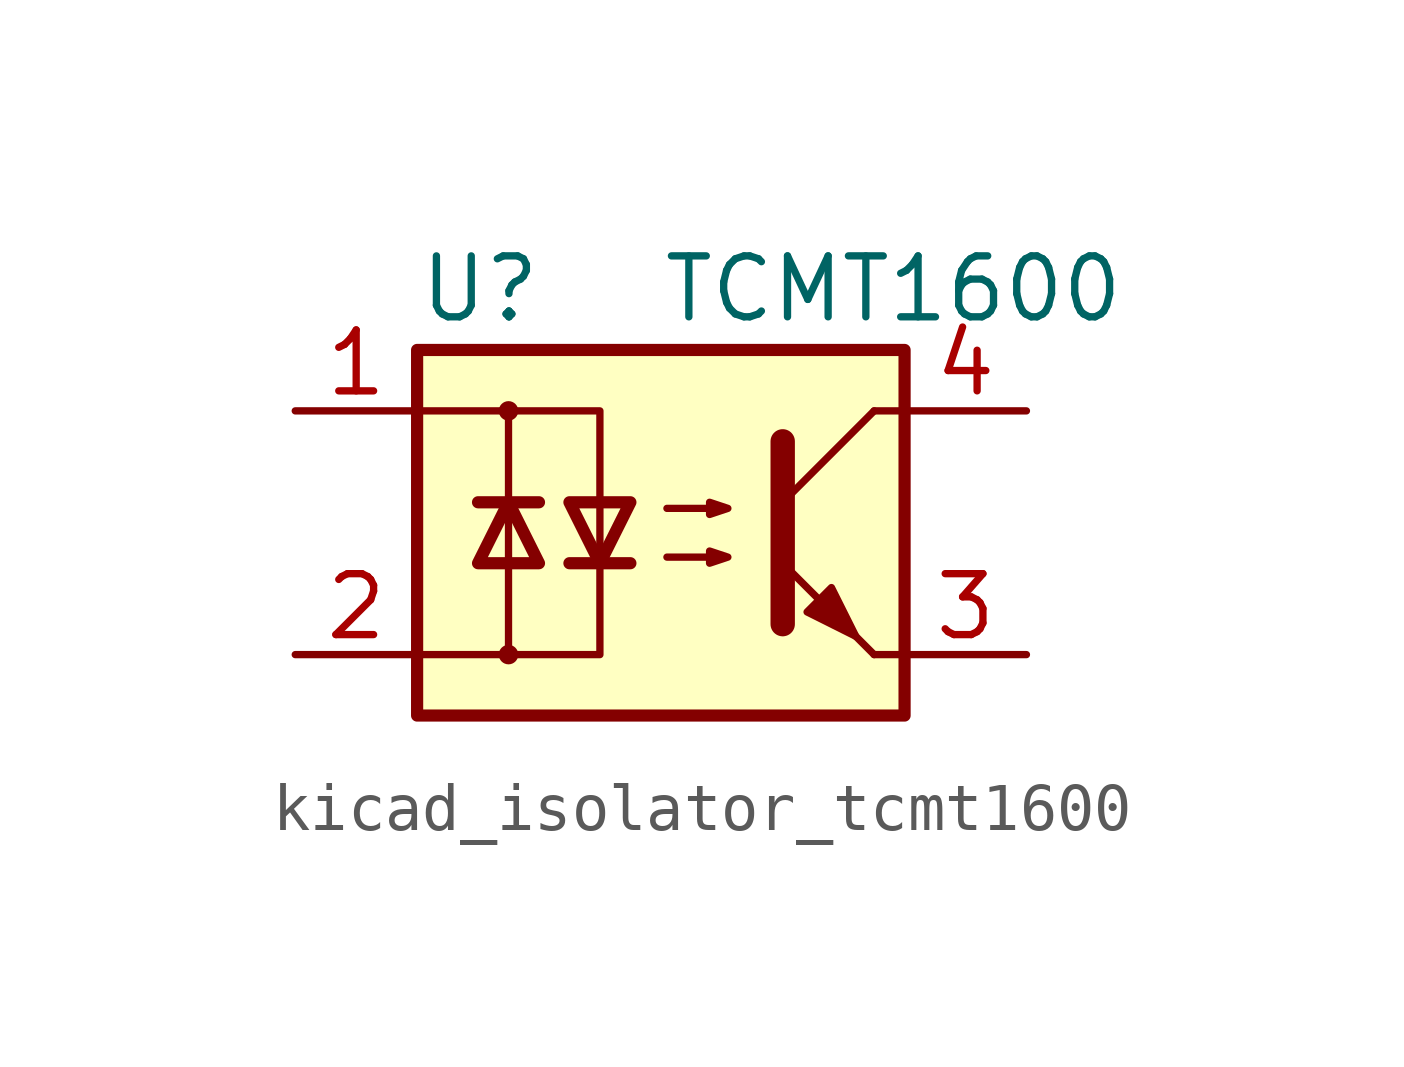
<source format=kicad_sym>
(kicad_symbol_lib
  (version 20220914)
  (generator kicad_symbol_editor)
  (symbol "kicad_isolator_tcmt1600"
    (pin_names
      (offset 1.016))
    (property "Reference" "U"
      (at -5.08 5.08 0)
      (effects (font (size 1.27 1.27)) (justify left)))
    (property "Value" "TCMT1600"
      (at 0 5.08 0)
      (effects (font (size 1.27 1.27)) (justify left)))
    (symbol "kicad_isolator_tcmt1600_0_1"
      (rectangle (start -5.08 3.81) (end 5.08 -3.81) (stroke (width 0.254) (type default)) (fill (type background)))
      (circle (center -3.175 -2.54) (radius 0.127) (stroke (width 0) (type default)) (fill (type none)))
      (circle (center -3.175 2.54) (radius 0.127) (stroke (width 0) (type default)) (fill (type none)))
      (polyline (pts (xy -3.81 0.635) (xy -2.54 0.635)) (stroke (width 0.254) (type default)) (fill (type none)))
      (polyline (pts (xy -3.175 -0.635) (xy -3.175 -2.54)) (stroke (width 0) (type default)) (fill (type none)))
      (polyline (pts (xy -3.175 -0.635) (xy -3.175 2.54)) (stroke (width 0) (type default)) (fill (type none)))
      (polyline (pts (xy -1.905 -0.635) (xy -0.635 -0.635)) (stroke (width 0.254) (type default)) (fill (type none)))
      (polyline (pts (xy 2.54 0.635) (xy 4.445 2.54)) (stroke (width 0) (type default)) (fill (type none)))
      (polyline (pts (xy 4.445 -2.54) (xy 2.54 -0.635)) (stroke (width 0) (type default)) (fill (type outline)))
      (polyline (pts (xy 4.445 -2.54) (xy 5.08 -2.54)) (stroke (width 0) (type default)) (fill (type none)))
      (polyline (pts (xy 4.445 2.54) (xy 5.08 2.54)) (stroke (width 0) (type default)) (fill (type none)))
      (polyline (pts (xy -5.08 2.54) (xy -1.27 2.54) (xy -1.27 -0.635)) (stroke (width 0) (type default)) (fill (type none)))
      (polyline (pts (xy -1.27 -0.635) (xy -1.27 -2.54) (xy -5.08 -2.54)) (stroke (width 0) (type default)) (fill (type none)))
      (polyline (pts (xy 2.54 1.905) (xy 2.54 -1.905) (xy 2.54 -1.905)) (stroke (width 0.508) (type default)) (fill (type none)))
      (polyline (pts (xy -3.175 0.635) (xy -3.81 -0.635) (xy -2.54 -0.635) (xy -3.175 0.635)) (stroke (width 0.254) (type default)) (fill (type none)))
      (polyline (pts (xy -1.27 -0.635) (xy -1.905 0.635) (xy -0.635 0.635) (xy -1.27 -0.635)) (stroke (width 0.254) (type default)) (fill (type none)))
      (polyline (pts (xy 0.127 -0.508) (xy 1.397 -0.508) (xy 1.016 -0.635) (xy 1.016 -0.381) (xy 1.397 -0.508)) (stroke (width 0) (type default)) (fill (type none)))
      (polyline (pts (xy 0.127 0.508) (xy 1.397 0.508) (xy 1.016 0.381) (xy 1.016 0.635) (xy 1.397 0.508)) (stroke (width 0) (type default)) (fill (type none)))
      (polyline (pts (xy 3.048 -1.651) (xy 3.556 -1.143) (xy 4.064 -2.159) (xy 3.048 -1.651) (xy 3.048 -1.651)) (stroke (width 0) (type default)) (fill (type outline))))
    (symbol "kicad_isolator_tcmt1600_1_1"
      (pin passive line (at -7.62 2.54 0) (length 2.54) (name "~" (effects (font (size 1.27 1.27)))) (number "1" (effects (font (size 1.27 1.27)))))
      (pin passive line (at -7.62 -2.54 0) (length 2.54) (name "~" (effects (font (size 1.27 1.27)))) (number "2" (effects (font (size 1.27 1.27)))))
      (pin passive line (at 7.62 -2.54 180) (length 2.54) (name "~" (effects (font (size 1.27 1.27)))) (number "3" (effects (font (size 1.27 1.27)))))
      (pin passive line (at 7.62 2.54 180) (length 2.54) (name "~" (effects (font (size 1.27 1.27)))) (number "4" (effects (font (size 1.27 1.27))))))))
</source>
